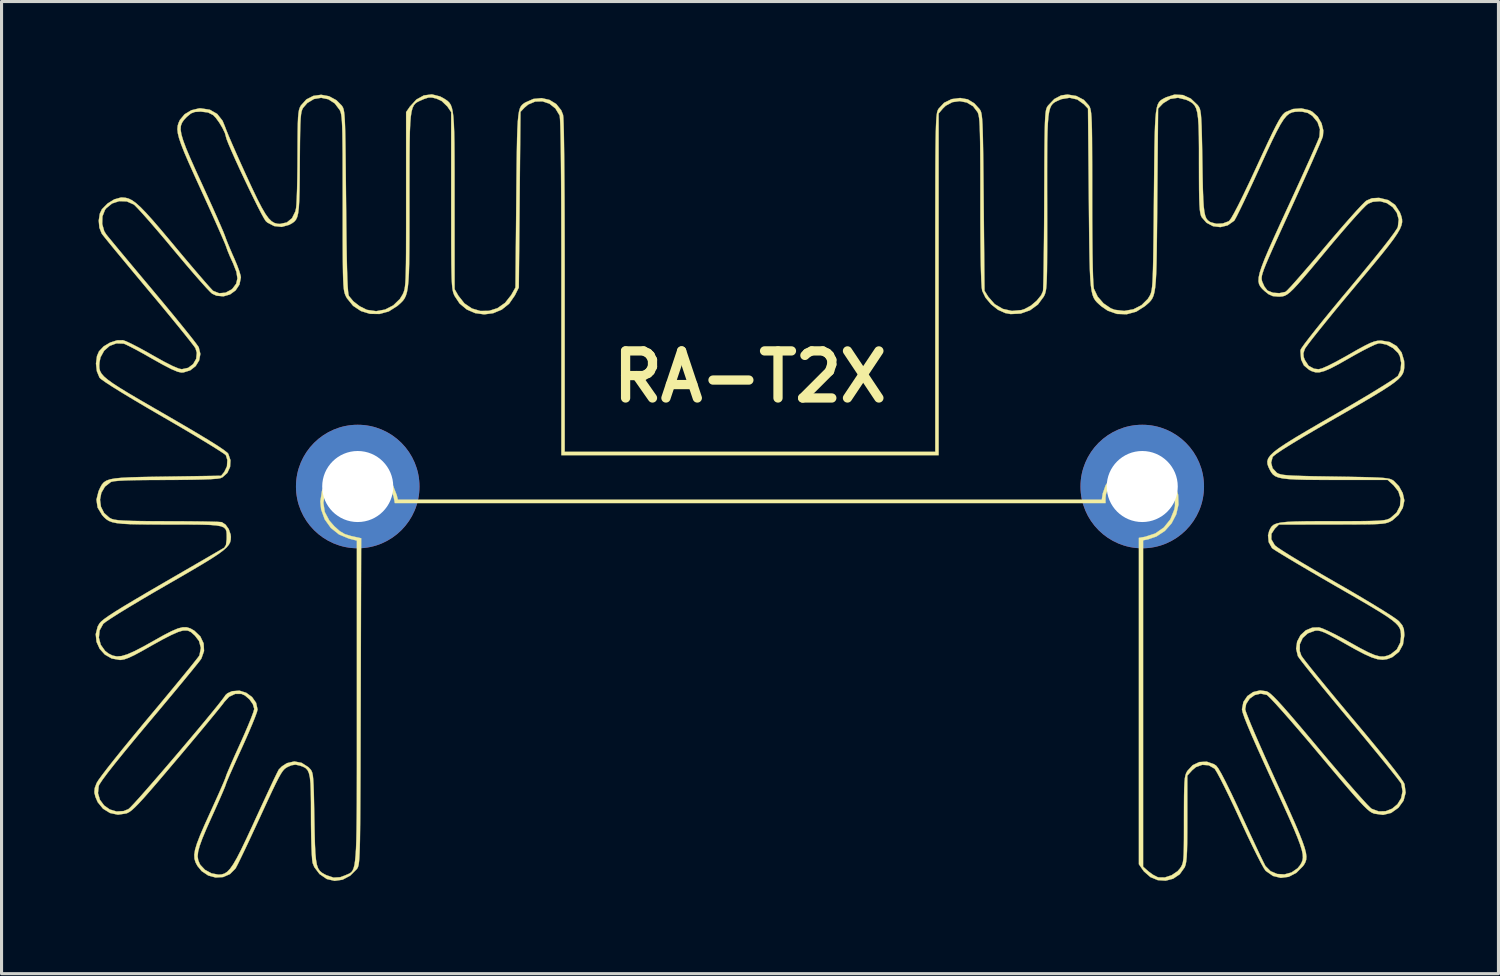
<source format=kicad_pcb>
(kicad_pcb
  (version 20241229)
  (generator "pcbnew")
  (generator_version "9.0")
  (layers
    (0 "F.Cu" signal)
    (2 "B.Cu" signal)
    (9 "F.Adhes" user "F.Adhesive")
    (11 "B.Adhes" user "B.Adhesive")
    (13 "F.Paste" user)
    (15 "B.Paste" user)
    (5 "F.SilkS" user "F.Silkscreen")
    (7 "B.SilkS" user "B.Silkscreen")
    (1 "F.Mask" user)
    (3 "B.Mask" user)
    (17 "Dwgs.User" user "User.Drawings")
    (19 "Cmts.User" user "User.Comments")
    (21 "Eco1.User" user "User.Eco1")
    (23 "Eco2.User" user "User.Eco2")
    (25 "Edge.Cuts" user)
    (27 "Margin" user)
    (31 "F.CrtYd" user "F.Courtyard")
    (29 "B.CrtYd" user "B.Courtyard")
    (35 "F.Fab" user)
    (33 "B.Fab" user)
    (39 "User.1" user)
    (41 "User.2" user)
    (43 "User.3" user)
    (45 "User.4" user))
  (footprint "RA-T2X"
    (layer "F.Cu")
    (at 21.232 12.702)
    (property "Reference" "RA-T2X" (at 0 -3.556 0) (layer "F.SilkS") (effects (font (size 1.524 1.524) (thickness 0.3))))
    (attr through_hole)
    (fp_poly (pts (xy -10.033 -12.629) (xy -9.93 -12.574) (xy -9.853 -12.527) (xy -9.788 -12.481) (xy -9.734 -12.428) (xy -9.689 -12.359) (xy -9.653 -12.264) (xy -9.625 -12.137) (xy -9.603 -11.967) (xy -9.588 -11.747) (xy -9.577 -11.467) (xy -9.57 -11.12) (xy -9.567 -10.695) (xy -9.565 -10.186) (xy -9.565 -9.582) (xy -9.565 -9.243) (xy -9.564 -6.39) (xy -9.442 -6.178) (xy -9.246 -5.929) (xy -9.002 -5.764) (xy -8.73 -5.684) (xy -8.448 -5.688) (xy -8.175 -5.775) (xy -7.93 -5.946) (xy -7.731 -6.199) (xy -7.728 -6.205) (xy -7.593 -6.444) (xy -7.566 -9.278) (xy -7.56 -9.918) (xy -7.554 -10.459) (xy -7.547 -10.911) (xy -7.54 -11.283) (xy -7.53 -11.582) (xy -7.517 -11.818) (xy -7.5 -12) (xy -7.479 -12.136) (xy -7.453 -12.234) (xy -7.42 -12.305) (xy -7.38 -12.355) (xy -7.333 -12.395) (xy -7.276 -12.433) (xy -7.273 -12.434) (xy -7.013 -12.549) (xy -6.745 -12.575) (xy -6.491 -12.517) (xy -6.273 -12.384) (xy -6.112 -12.182) (xy -6.053 -12.035) (xy -6.043 -11.947) (xy -6.035 -11.757) (xy -6.027 -11.466) (xy -6.021 -11.078) (xy -6.015 -10.597) (xy -6.01 -10.026) (xy -6.005 -9.369) (xy -6.002 -8.628) (xy -6 -7.808) (xy -5.999 -6.911) (xy -5.999 -6.484) (xy -5.999 -1.123) (xy 5.999 -1.123) (xy 5.999 -6.591) (xy 5.999 -7.475) (xy 5.999 -8.26) (xy 6 -8.95) (xy 6.001 -9.551) (xy 6.002 -10.071) (xy 6.004 -10.516) (xy 6.007 -10.891) (xy 6.011 -11.204) (xy 6.016 -11.46) (xy 6.022 -11.666) (xy 6.029 -11.828) (xy 6.037 -11.952) (xy 6.047 -12.044) (xy 6.058 -12.112) (xy 6.072 -12.161) (xy 6.087 -12.198) (xy 6.104 -12.228) (xy 6.105 -12.23) (xy 6.284 -12.423) (xy 6.53 -12.543) (xy 6.804 -12.579) (xy 7.049 -12.536) (xy 7.261 -12.408) (xy 7.428 -12.225) (xy 7.452 -12.19) (xy 7.473 -12.148) (xy 7.49 -12.092) (xy 7.504 -12.011) (xy 7.516 -11.897) (xy 7.526 -11.741) (xy 7.534 -11.535) (xy 7.541 -11.269) (xy 7.547 -10.934) (xy 7.553 -10.523) (xy 7.558 -10.025) (xy 7.564 -9.432) (xy 7.566 -9.207) (xy 7.593 -6.337) (xy 7.717 -6.139) (xy 7.923 -5.905) (xy 8.186 -5.751) (xy 8.481 -5.685) (xy 8.788 -5.713) (xy 8.888 -5.745) (xy 9.093 -5.855) (xy 9.282 -6.015) (xy 9.426 -6.192) (xy 9.486 -6.324) (xy 9.492 -6.399) (xy 9.498 -6.571) (xy 9.504 -6.829) (xy 9.509 -7.163) (xy 9.514 -7.562) (xy 9.519 -8.017) (xy 9.523 -8.517) (xy 9.526 -9.052) (xy 9.527 -9.314) (xy 9.53 -9.941) (xy 9.532 -10.47) (xy 9.535 -10.91) (xy 9.539 -11.269) (xy 9.544 -11.558) (xy 9.55 -11.783) (xy 9.559 -11.955) (xy 9.569 -12.082) (xy 9.582 -12.173) (xy 9.598 -12.236) (xy 9.617 -12.282) (xy 9.64 -12.318) (xy 9.65 -12.332) (xy 9.853 -12.546) (xy 10.073 -12.662) (xy 10.28 -12.691) (xy 10.566 -12.645) (xy 10.809 -12.518) (xy 10.973 -12.336) (xy 10.996 -12.295) (xy 11.016 -12.245) (xy 11.032 -12.179) (xy 11.045 -12.088) (xy 11.056 -11.962) (xy 11.064 -11.791) (xy 11.07 -11.568) (xy 11.074 -11.283) (xy 11.076 -10.927) (xy 11.078 -10.49) (xy 11.079 -9.965) (xy 11.079 -9.385) (xy 11.08 -8.681) (xy 11.084 -8.065) (xy 11.089 -7.541) (xy 11.097 -7.11) (xy 11.107 -6.777) (xy 11.119 -6.543) (xy 11.133 -6.414) (xy 11.137 -6.4) (xy 11.255 -6.15) (xy 11.446 -5.93) (xy 11.68 -5.771) (xy 11.806 -5.722) (xy 12.115 -5.685) (xy 12.413 -5.738) (xy 12.677 -5.872) (xy 12.882 -6.076) (xy 12.948 -6.185) (xy 12.971 -6.235) (xy 12.99 -6.294) (xy 13.006 -6.372) (xy 13.02 -6.476) (xy 13.031 -6.617) (xy 13.04 -6.802) (xy 13.048 -7.042) (xy 13.055 -7.345) (xy 13.061 -7.719) (xy 13.067 -8.175) (xy 13.073 -8.72) (xy 13.078 -9.307) (xy 13.084 -9.961) (xy 13.09 -10.516) (xy 13.096 -10.981) (xy 13.104 -11.365) (xy 13.114 -11.677) (xy 13.128 -11.924) (xy 13.146 -12.115) (xy 13.17 -12.259) (xy 13.201 -12.365) (xy 13.24 -12.44) (xy 13.287 -12.494) (xy 13.344 -12.534) (xy 13.411 -12.571) (xy 13.471 -12.601) (xy 13.748 -12.69) (xy 14.019 -12.675) (xy 14.272 -12.56) (xy 14.495 -12.348) (xy 14.507 -12.332) (xy 14.538 -12.286) (xy 14.564 -12.23) (xy 14.583 -12.154) (xy 14.599 -12.044) (xy 14.611 -11.889) (xy 14.621 -11.677) (xy 14.629 -11.396) (xy 14.637 -11.033) (xy 14.645 -10.576) (xy 14.646 -10.517) (xy 14.654 -10.024) (xy 14.663 -9.627) (xy 14.675 -9.314) (xy 14.69 -9.074) (xy 14.711 -8.897) (xy 14.738 -8.769) (xy 14.774 -8.681) (xy 14.82 -8.621) (xy 14.877 -8.578) (xy 14.913 -8.557) (xy 15.099 -8.507) (xy 15.309 -8.518) (xy 15.49 -8.584) (xy 15.518 -8.604) (xy 15.578 -8.684) (xy 15.676 -8.856) (xy 15.811 -9.114) (xy 15.977 -9.451) (xy 16.173 -9.861) (xy 16.395 -10.338) (xy 16.402 -10.354) (xy 16.611 -10.807) (xy 16.782 -11.173) (xy 16.92 -11.461) (xy 17.031 -11.682) (xy 17.12 -11.846) (xy 17.192 -11.964) (xy 17.254 -12.045) (xy 17.31 -12.099) (xy 17.342 -12.123) (xy 17.582 -12.223) (xy 17.853 -12.243) (xy 18.114 -12.182) (xy 18.203 -12.137) (xy 18.38 -11.977) (xy 18.505 -11.761) (xy 18.563 -11.525) (xy 18.549 -11.344) (xy 18.517 -11.255) (xy 18.444 -11.08) (xy 18.336 -10.83) (xy 18.198 -10.515) (xy 18.034 -10.147) (xy 17.849 -9.737) (xy 17.649 -9.295) (xy 17.511 -8.992) (xy 17.275 -8.477) (xy 17.081 -8.05) (xy 16.924 -7.703) (xy 16.801 -7.424) (xy 16.708 -7.207) (xy 16.641 -7.04) (xy 16.598 -6.914) (xy 16.573 -6.822) (xy 16.565 -6.752) (xy 16.568 -6.697) (xy 16.58 -6.646) (xy 16.586 -6.628) (xy 16.656 -6.472) (xy 16.749 -6.353) (xy 16.767 -6.339) (xy 16.934 -6.274) (xy 17.139 -6.26) (xy 17.324 -6.299) (xy 17.348 -6.31) (xy 17.405 -6.363) (xy 17.523 -6.488) (xy 17.691 -6.676) (xy 17.902 -6.917) (xy 18.146 -7.2) (xy 18.415 -7.516) (xy 18.618 -7.757) (xy 18.903 -8.093) (xy 19.173 -8.407) (xy 19.418 -8.686) (xy 19.63 -8.923) (xy 19.799 -9.104) (xy 19.915 -9.22) (xy 19.959 -9.257) (xy 20.136 -9.333) (xy 20.347 -9.345) (xy 20.381 -9.343) (xy 20.667 -9.273) (xy 20.887 -9.118) (xy 21.04 -8.879) (xy 21.053 -8.847) (xy 21.089 -8.748) (xy 21.111 -8.655) (xy 21.114 -8.561) (xy 21.092 -8.457) (xy 21.042 -8.335) (xy 20.956 -8.187) (xy 20.832 -8.005) (xy 20.662 -7.78) (xy 20.443 -7.505) (xy 20.168 -7.17) (xy 19.833 -6.768) (xy 19.528 -6.403) (xy 19.21 -6.023) (xy 18.912 -5.662) (xy 18.642 -5.33) (xy 18.406 -5.037) (xy 18.212 -4.793) (xy 18.069 -4.606) (xy 17.982 -4.486) (xy 17.962 -4.452) (xy 17.917 -4.314) (xy 17.927 -4.194) (xy 17.964 -4.095) (xy 18.086 -3.909) (xy 18.262 -3.814) (xy 18.412 -3.797) (xy 18.522 -3.825) (xy 18.711 -3.907) (xy 18.968 -4.037) (xy 19.282 -4.21) (xy 19.372 -4.261) (xy 19.676 -4.435) (xy 19.905 -4.559) (xy 20.077 -4.643) (xy 20.209 -4.694) (xy 20.319 -4.719) (xy 20.424 -4.726) (xy 20.432 -4.726) (xy 20.712 -4.679) (xy 20.938 -4.546) (xy 21.097 -4.34) (xy 21.177 -4.072) (xy 21.184 -3.952) (xy 21.182 -3.845) (xy 21.169 -3.75) (xy 21.138 -3.66) (xy 21.08 -3.57) (xy 20.988 -3.473) (xy 20.855 -3.363) (xy 20.671 -3.234) (xy 20.43 -3.08) (xy 20.124 -2.894) (xy 19.744 -2.671) (xy 19.283 -2.404) (xy 18.969 -2.224) (xy 18.394 -1.891) (xy 17.914 -1.609) (xy 17.529 -1.376) (xy 17.238 -1.193) (xy 17.04 -1.059) (xy 16.936 -0.975) (xy 16.921 -0.956) (xy 16.872 -0.772) (xy 16.92 -0.592) (xy 17.057 -0.445) (xy 17.062 -0.442) (xy 17.113 -0.415) (xy 17.182 -0.394) (xy 17.281 -0.376) (xy 17.423 -0.362) (xy 17.619 -0.351) (xy 17.881 -0.342) (xy 18.22 -0.333) (xy 18.649 -0.326) (xy 18.949 -0.321) (xy 19.43 -0.313) (xy 19.816 -0.306) (xy 20.117 -0.298) (xy 20.346 -0.289) (xy 20.515 -0.278) (xy 20.636 -0.263) (xy 20.72 -0.245) (xy 20.781 -0.222) (xy 20.829 -0.193) (xy 20.843 -0.183) (xy 21.011 -0.01) (xy 21.133 0.213) (xy 21.184 0.44) (xy 21.185 0.455) (xy 21.135 0.691) (xy 21.002 0.914) (xy 20.806 1.089) (xy 20.774 1.109) (xy 20.712 1.142) (xy 20.649 1.168) (xy 20.571 1.189) (xy 20.467 1.204) (xy 20.323 1.214) (xy 20.128 1.222) (xy 19.868 1.226) (xy 19.532 1.228) (xy 19.107 1.229) (xy 18.845 1.229) (xy 17.127 1.23) (xy 16.994 1.361) (xy 16.883 1.53) (xy 16.879 1.707) (xy 16.983 1.888) (xy 17.01 1.918) (xy 17.089 1.978) (xy 17.251 2.085) (xy 17.484 2.232) (xy 17.778 2.411) (xy 18.121 2.615) (xy 18.503 2.839) (xy 18.911 3.075) (xy 18.996 3.124) (xy 19.44 3.38) (xy 19.848 3.62) (xy 20.211 3.838) (xy 20.519 4.027) (xy 20.762 4.182) (xy 20.93 4.296) (xy 21.009 4.36) (xy 21.118 4.491) (xy 21.17 4.617) (xy 21.185 4.789) (xy 21.185 4.819) (xy 21.141 5.116) (xy 21.013 5.351) (xy 20.804 5.519) (xy 20.771 5.535) (xy 20.628 5.589) (xy 20.483 5.609) (xy 20.323 5.592) (xy 20.13 5.532) (xy 19.89 5.424) (xy 19.587 5.265) (xy 19.307 5.108) (xy 19.005 4.936) (xy 18.779 4.813) (xy 18.614 4.732) (xy 18.493 4.685) (xy 18.4 4.665) (xy 18.319 4.665) (xy 18.287 4.67) (xy 18.06 4.753) (xy 17.894 4.905) (xy 17.803 5.103) (xy 17.799 5.325) (xy 17.85 5.474) (xy 17.901 5.548) (xy 18.014 5.696) (xy 18.182 5.908) (xy 18.398 6.174) (xy 18.654 6.486) (xy 18.942 6.835) (xy 19.256 7.212) (xy 19.531 7.54) (xy 19.954 8.045) (xy 20.318 8.486) (xy 20.623 8.861) (xy 20.865 9.168) (xy 21.042 9.402) (xy 21.152 9.561) (xy 21.191 9.633) (xy 21.228 9.912) (xy 21.159 10.172) (xy 20.994 10.399) (xy 20.758 10.567) (xy 20.497 10.631) (xy 20.214 10.591) (xy 20.189 10.582) (xy 20.129 10.556) (xy 20.061 10.511) (xy 19.977 10.441) (xy 19.87 10.337) (xy 19.735 10.194) (xy 19.565 10.004) (xy 19.352 9.758) (xy 19.09 9.451) (xy 18.773 9.075) (xy 18.427 8.663) (xy 18.091 8.263) (xy 17.775 7.893) (xy 17.488 7.561) (xy 17.236 7.274) (xy 17.026 7.041) (xy 16.865 6.87) (xy 16.762 6.769) (xy 16.731 6.745) (xy 16.535 6.705) (xy 16.342 6.751) (xy 16.177 6.868) (xy 16.065 7.038) (xy 16.033 7.207) (xy 16.054 7.287) (xy 16.117 7.453) (xy 16.215 7.695) (xy 16.345 8.002) (xy 16.502 8.363) (xy 16.681 8.768) (xy 16.878 9.206) (xy 17.021 9.522) (xy 17.274 10.075) (xy 17.484 10.541) (xy 17.654 10.926) (xy 17.788 11.242) (xy 17.888 11.497) (xy 17.958 11.699) (xy 17.999 11.858) (xy 18.015 11.982) (xy 18.008 12.082) (xy 17.982 12.164) (xy 17.94 12.24) (xy 17.906 12.288) (xy 17.688 12.508) (xy 17.442 12.636) (xy 17.185 12.67) (xy 16.933 12.608) (xy 16.702 12.447) (xy 16.696 12.442) (xy 16.639 12.359) (xy 16.545 12.191) (xy 16.421 11.95) (xy 16.272 11.65) (xy 16.105 11.302) (xy 15.927 10.919) (xy 15.863 10.779) (xy 15.686 10.395) (xy 15.517 10.04) (xy 15.363 9.725) (xy 15.231 9.464) (xy 15.126 9.269) (xy 15.056 9.154) (xy 15.039 9.133) (xy 14.852 9.025) (xy 14.642 9.01) (xy 14.438 9.084) (xy 14.316 9.186) (xy 14.159 9.36) (xy 14.159 10.754) (xy 14.158 11.192) (xy 14.155 11.536) (xy 14.149 11.799) (xy 14.139 11.996) (xy 14.124 12.139) (xy 14.104 12.242) (xy 14.078 12.318) (xy 14.071 12.332) (xy 13.913 12.554) (xy 13.701 12.697) (xy 13.458 12.761) (xy 13.205 12.744) (xy 12.964 12.645) (xy 12.757 12.463) (xy 12.714 12.406) (xy 12.592 12.23) (xy 12.592 1.663) (xy 12.795 1.627) (xy 13.124 1.519) (xy 13.4 1.326) (xy 13.61 1.063) (xy 13.738 0.746) (xy 13.76 0.631) (xy 13.756 0.306) (xy 13.66 0.011) (xy 13.488 -0.242) (xy 13.255 -0.44) (xy 12.976 -0.571) (xy 12.666 -0.623) (xy 12.341 -0.584) (xy 12.282 -0.566) (xy 12.021 -0.436) (xy 11.794 -0.242) (xy 11.622 -0.007) (xy 11.525 0.243) (xy 11.511 0.372) (xy 11.511 0.535) (xy -11.499 0.535) (xy -11.536 0.334) (xy -11.647 0.012) (xy -11.844 -0.263) (xy -12.109 -0.472) (xy -12.424 -0.599) (xy -12.513 -0.617) (xy -12.827 -0.616) (xy -13.13 -0.521) (xy -13.399 -0.347) (xy -13.614 -0.108) (xy -13.755 0.184) (xy -13.759 0.197) (xy -13.813 0.526) (xy -13.768 0.823) (xy -13.62 1.101) (xy -13.457 1.288) (xy -13.281 1.445) (xy -13.117 1.541) (xy -12.919 1.602) (xy -12.896 1.607) (xy -12.589 1.675) (xy -12.604 6.956) (xy -12.607 7.825) (xy -12.609 8.592) (xy -12.611 9.266) (xy -12.614 9.851) (xy -12.617 10.356) (xy -12.62 10.785) (xy -12.624 11.146) (xy -12.628 11.444) (xy -12.634 11.686) (xy -12.641 11.88) (xy -12.648 12.03) (xy -12.658 12.143) (xy -12.668 12.226) (xy -12.681 12.285) (xy -12.695 12.327) (xy -12.711 12.358) (xy -12.729 12.383) (xy -12.73 12.385) (xy -12.944 12.599) (xy -13.19 12.729) (xy -13.448 12.767) (xy -13.699 12.708) (xy -13.7 12.708) (xy -13.936 12.547) (xy -14.106 12.322) (xy -14.16 12.188) (xy -14.175 12.084) (xy -14.188 11.891) (xy -14.199 11.625) (xy -14.207 11.304) (xy -14.212 10.944) (xy -14.213 10.68) (xy -14.214 10.235) (xy -14.219 9.885) (xy -14.229 9.617) (xy -14.249 9.418) (xy -14.281 9.277) (xy -14.326 9.18) (xy -14.389 9.115) (xy -14.472 9.071) (xy -14.569 9.036) (xy -14.715 9.004) (xy -14.846 9.025) (xy -14.957 9.073) (xy -15.015 9.104) (xy -15.069 9.145) (xy -15.123 9.205) (xy -15.185 9.297) (xy -15.26 9.429) (xy -15.354 9.614) (xy -15.473 9.861) (xy -15.623 10.182) (xy -15.81 10.587) (xy -15.861 10.699) (xy -16.039 11.082) (xy -16.205 11.439) (xy -16.355 11.757) (xy -16.483 12.023) (xy -16.581 12.223) (xy -16.644 12.344) (xy -16.659 12.369) (xy -16.837 12.548) (xy -17.058 12.644) (xy -17.3 12.659) (xy -17.539 12.594) (xy -17.754 12.45) (xy -17.89 12.283) (xy -17.951 12.168) (xy -17.986 12.051) (xy -17.992 11.919) (xy -17.966 11.757) (xy -17.904 11.553) (xy -17.804 11.293) (xy -17.662 10.964) (xy -17.482 10.566) (xy -17.336 10.244) (xy -17.205 9.953) (xy -17.098 9.709) (xy -17.019 9.525) (xy -16.976 9.416) (xy -16.969 9.394) (xy -16.948 9.33) (xy -16.888 9.186) (xy -16.797 8.974) (xy -16.681 8.711) (xy -16.546 8.413) (xy -16.51 8.333) (xy -16.371 8.022) (xy -16.249 7.737) (xy -16.15 7.495) (xy -16.082 7.313) (xy -16.052 7.208) (xy -16.051 7.196) (xy -16.095 7.046) (xy -16.206 6.889) (xy -16.352 6.764) (xy -16.464 6.714) (xy -16.669 6.714) (xy -16.864 6.806) (xy -17.017 6.971) (xy -17.074 7.048) (xy -17.193 7.197) (xy -17.365 7.408) (xy -17.582 7.672) (xy -17.837 7.98) (xy -18.122 8.32) (xy -18.428 8.684) (xy -18.546 8.823) (xy -18.904 9.246) (xy -19.2 9.594) (xy -19.443 9.875) (xy -19.638 10.096) (xy -19.793 10.264) (xy -19.916 10.388) (xy -20.012 10.476) (xy -20.09 10.534) (xy -20.157 10.57) (xy -20.193 10.584) (xy -20.462 10.625) (xy -20.72 10.57) (xy -20.946 10.431) (xy -21.119 10.219) (xy -21.194 10.044) (xy -21.22 9.928) (xy -21.11 9.928) (xy -21.046 10.144) (xy -20.912 10.325) (xy -20.727 10.456) (xy -20.509 10.521) (xy -20.278 10.507) (xy -20.123 10.444) (xy -20.061 10.387) (xy -19.939 10.259) (xy -19.766 10.068) (xy -19.552 9.826) (xy -19.306 9.544) (xy -19.035 9.231) (xy -18.75 8.899) (xy -18.458 8.557) (xy -18.17 8.216) (xy -17.894 7.888) (xy -17.638 7.581) (xy -17.413 7.308) (xy -17.226 7.077) (xy -17.087 6.9) (xy -17.004 6.788) (xy -16.986 6.757) (xy -16.92 6.696) (xy -16.792 6.637) (xy -16.759 6.626) (xy -16.53 6.609) (xy -16.31 6.678) (xy -16.122 6.815) (xy -15.991 7.002) (xy -15.943 7.219) (xy -15.965 7.305) (xy -16.026 7.472) (xy -16.12 7.704) (xy -16.24 7.987) (xy -16.38 8.303) (xy -16.456 8.471) (xy -16.603 8.793) (xy -16.733 9.083) (xy -16.841 9.326) (xy -16.92 9.51) (xy -16.963 9.618) (xy -16.969 9.64) (xy -16.991 9.702) (xy -17.05 9.846) (xy -17.141 10.057) (xy -17.257 10.32) (xy -17.391 10.618) (xy -17.429 10.701) (xy -17.603 11.09) (xy -17.732 11.398) (xy -17.819 11.638) (xy -17.868 11.825) (xy -17.883 11.973) (xy -17.865 12.096) (xy -17.819 12.208) (xy -17.796 12.25) (xy -17.645 12.41) (xy -17.434 12.524) (xy -17.209 12.566) (xy -17.107 12.559) (xy -17.014 12.531) (xy -16.924 12.473) (xy -16.832 12.375) (xy -16.73 12.229) (xy -16.612 12.025) (xy -16.473 11.754) (xy -16.306 11.406) (xy -16.105 10.973) (xy -16.022 10.791) (xy -15.847 10.411) (xy -15.684 10.059) (xy -15.539 9.747) (xy -15.417 9.488) (xy -15.324 9.296) (xy -15.267 9.183) (xy -15.255 9.162) (xy -15.156 9.062) (xy -15.011 8.968) (xy -14.986 8.955) (xy -14.753 8.901) (xy -14.517 8.946) (xy -14.301 9.084) (xy -14.264 9.121) (xy -14.225 9.163) (xy -14.195 9.209) (xy -14.171 9.271) (xy -14.153 9.361) (xy -14.14 9.492) (xy -14.13 9.678) (xy -14.121 9.931) (xy -14.114 10.264) (xy -14.106 10.689) (xy -14.105 10.739) (xy -14.096 11.206) (xy -14.086 11.578) (xy -14.072 11.868) (xy -14.051 12.087) (xy -14.022 12.249) (xy -13.981 12.364) (xy -13.926 12.447) (xy -13.854 12.508) (xy -13.762 12.561) (xy -13.711 12.586) (xy -13.483 12.662) (xy -13.266 12.649) (xy -13.098 12.586) (xy -13.038 12.56) (xy -12.984 12.537) (xy -12.938 12.511) (xy -12.897 12.476) (xy -12.862 12.425) (xy -12.832 12.352) (xy -12.806 12.252) (xy -12.786 12.117) (xy -12.769 11.942) (xy -12.755 11.719) (xy -12.745 11.444) (xy -12.738 11.109) (xy -12.733 10.709) (xy -12.729 10.237) (xy -12.728 9.687) (xy -12.727 9.052) (xy -12.727 8.327) (xy -12.727 7.505) (xy -12.727 6.958) (xy -12.727 1.75) (xy -12.986 1.685) (xy -13.305 1.552) (xy -13.571 1.339) (xy -13.769 1.062) (xy -13.885 0.741) (xy -13.91 0.484) (xy -13.858 0.144) (xy -13.723 -0.149) (xy -13.521 -0.389) (xy -13.267 -0.568) (xy -12.978 -0.682) (xy -12.67 -0.724) (xy -12.359 -0.687) (xy -12.06 -0.566) (xy -11.789 -0.355) (xy -11.774 -0.339) (xy -11.565 -0.048) (xy -11.437 0.281) (xy -11.401 0.428) (xy 11.389 0.428) (xy 11.422 0.223) (xy 11.516 -0.043) (xy 11.695 -0.292) (xy 11.937 -0.503) (xy 12.22 -0.657) (xy 12.464 -0.725) (xy 12.777 -0.724) (xy 13.093 -0.633) (xy 13.385 -0.468) (xy 13.628 -0.242) (xy 13.755 -0.052) (xy 13.861 0.261) (xy 13.873 0.584) (xy 13.8 0.9) (xy 13.65 1.19) (xy 13.433 1.436) (xy 13.157 1.618) (xy 12.889 1.709) (xy 12.727 1.742) (xy 12.727 12.308) (xy 12.902 12.463) (xy 13.048 12.57) (xy 13.192 12.644) (xy 13.223 12.654) (xy 13.432 12.657) (xy 13.653 12.584) (xy 13.846 12.453) (xy 13.928 12.358) (xy 13.965 12.3) (xy 13.994 12.239) (xy 14.016 12.163) (xy 14.031 12.056) (xy 14.041 11.907) (xy 14.047 11.7) (xy 14.05 11.423) (xy 14.051 11.061) (xy 14.051 10.78) (xy 14.052 10.355) (xy 14.054 10.023) (xy 14.059 9.77) (xy 14.067 9.584) (xy 14.079 9.449) (xy 14.097 9.353) (xy 14.121 9.281) (xy 14.153 9.221) (xy 14.161 9.208) (xy 14.331 9.023) (xy 14.548 8.921) (xy 14.787 8.908) (xy 15.019 8.988) (xy 15.095 9.039) (xy 15.161 9.124) (xy 15.266 9.304) (xy 15.407 9.576) (xy 15.584 9.937) (xy 15.794 10.383) (xy 15.918 10.653) (xy 16.093 11.033) (xy 16.257 11.386) (xy 16.403 11.699) (xy 16.526 11.959) (xy 16.62 12.153) (xy 16.678 12.267) (xy 16.69 12.288) (xy 16.855 12.454) (xy 17.068 12.544) (xy 17.303 12.558) (xy 17.532 12.496) (xy 17.729 12.36) (xy 17.808 12.263) (xy 17.854 12.186) (xy 17.886 12.107) (xy 17.901 12.017) (xy 17.895 11.907) (xy 17.866 11.768) (xy 17.811 11.591) (xy 17.727 11.366) (xy 17.611 11.085) (xy 17.459 10.738) (xy 17.269 10.317) (xy 17.038 9.812) (xy 16.915 9.545) (xy 16.647 8.958) (xy 16.424 8.463) (xy 16.244 8.055) (xy 16.107 7.731) (xy 16.01 7.487) (xy 15.952 7.317) (xy 15.93 7.217) (xy 15.929 7.211) (xy 15.975 6.976) (xy 16.103 6.785) (xy 16.289 6.655) (xy 16.513 6.601) (xy 16.725 6.63) (xy 16.783 6.659) (xy 16.859 6.716) (xy 16.959 6.809) (xy 17.09 6.944) (xy 17.257 7.128) (xy 17.468 7.368) (xy 17.727 7.67) (xy 18.042 8.042) (xy 18.418 8.49) (xy 18.436 8.512) (xy 18.759 8.896) (xy 19.066 9.257) (xy 19.349 9.585) (xy 19.601 9.873) (xy 19.814 10.111) (xy 19.978 10.29) (xy 20.088 10.401) (xy 20.126 10.433) (xy 20.356 10.518) (xy 20.583 10.512) (xy 20.791 10.43) (xy 20.963 10.286) (xy 21.081 10.094) (xy 21.128 9.87) (xy 21.087 9.629) (xy 21.082 9.615) (xy 21.038 9.55) (xy 20.932 9.411) (xy 20.771 9.208) (xy 20.562 8.948) (xy 20.312 8.642) (xy 20.028 8.297) (xy 19.718 7.922) (xy 19.42 7.566) (xy 19.09 7.171) (xy 18.78 6.796) (xy 18.497 6.452) (xy 18.248 6.146) (xy 18.041 5.888) (xy 17.882 5.687) (xy 17.779 5.55) (xy 17.739 5.491) (xy 17.682 5.251) (xy 17.715 5.019) (xy 17.823 4.814) (xy 17.993 4.657) (xy 18.208 4.568) (xy 18.424 4.561) (xy 18.535 4.596) (xy 18.718 4.677) (xy 18.954 4.793) (xy 19.223 4.936) (xy 19.424 5.048) (xy 19.762 5.237) (xy 20.026 5.372) (xy 20.231 5.459) (xy 20.394 5.501) (xy 20.53 5.504) (xy 20.656 5.471) (xy 20.747 5.43) (xy 20.942 5.275) (xy 21.052 5.056) (xy 21.077 4.865) (xy 21.075 4.764) (xy 21.065 4.674) (xy 21.038 4.591) (xy 20.986 4.507) (xy 20.901 4.417) (xy 20.776 4.315) (xy 20.603 4.193) (xy 20.372 4.046) (xy 20.077 3.868) (xy 19.709 3.652) (xy 19.26 3.393) (xy 18.952 3.216) (xy 18.529 2.971) (xy 18.134 2.741) (xy 17.775 2.53) (xy 17.465 2.345) (xy 17.212 2.192) (xy 17.027 2.078) (xy 16.92 2.007) (xy 16.9 1.991) (xy 16.794 1.8) (xy 16.773 1.579) (xy 16.809 1.44) (xy 16.848 1.357) (xy 16.894 1.289) (xy 16.96 1.236) (xy 17.056 1.196) (xy 17.194 1.166) (xy 17.384 1.146) (xy 17.639 1.133) (xy 17.968 1.126) (xy 18.383 1.123) (xy 18.872 1.123) (xy 19.347 1.122) (xy 19.726 1.121) (xy 20.022 1.117) (xy 20.246 1.111) (xy 20.412 1.102) (xy 20.532 1.089) (xy 20.617 1.071) (xy 20.681 1.048) (xy 20.736 1.018) (xy 20.736 1.018) (xy 20.935 0.844) (xy 21.045 0.627) (xy 21.065 0.39) (xy 20.993 0.157) (xy 20.838 -0.04) (xy 20.646 -0.214) (xy 18.968 -0.214) (xy 18.453 -0.215) (xy 18.035 -0.218) (xy 17.702 -0.227) (xy 17.444 -0.241) (xy 17.249 -0.263) (xy 17.106 -0.294) (xy 17.003 -0.337) (xy 16.93 -0.392) (xy 16.875 -0.462) (xy 16.838 -0.528) (xy 16.786 -0.633) (xy 16.754 -0.727) (xy 16.749 -0.816) (xy 16.776 -0.906) (xy 16.843 -1.003) (xy 16.957 -1.113) (xy 17.124 -1.241) (xy 17.353 -1.394) (xy 17.648 -1.578) (xy 18.018 -1.798) (xy 18.469 -2.061) (xy 18.911 -2.315) (xy 19.345 -2.568) (xy 19.749 -2.806) (xy 20.113 -3.023) (xy 20.426 -3.215) (xy 20.679 -3.374) (xy 20.862 -3.494) (xy 20.965 -3.57) (xy 20.981 -3.586) (xy 21.065 -3.776) (xy 21.084 -4.004) (xy 21.04 -4.221) (xy 20.985 -4.323) (xy 20.819 -4.483) (xy 20.613 -4.594) (xy 20.405 -4.637) (xy 20.345 -4.633) (xy 20.244 -4.599) (xy 20.071 -4.518) (xy 19.843 -4.402) (xy 19.582 -4.26) (xy 19.388 -4.149) (xy 19.055 -3.96) (xy 18.796 -3.825) (xy 18.596 -3.739) (xy 18.439 -3.698) (xy 18.309 -3.698) (xy 18.19 -3.734) (xy 18.103 -3.779) (xy 17.934 -3.921) (xy 17.843 -4.113) (xy 17.823 -4.372) (xy 17.825 -4.421) (xy 17.861 -4.486) (xy 17.96 -4.625) (xy 18.115 -4.828) (xy 18.321 -5.089) (xy 18.569 -5.398) (xy 18.855 -5.748) (xy 19.171 -6.13) (xy 19.374 -6.372) (xy 19.799 -6.883) (xy 20.162 -7.324) (xy 20.46 -7.694) (xy 20.692 -7.991) (xy 20.857 -8.213) (xy 20.953 -8.358) (xy 20.976 -8.407) (xy 21.003 -8.648) (xy 20.941 -8.866) (xy 20.808 -9.046) (xy 20.622 -9.175) (xy 20.402 -9.237) (xy 20.166 -9.219) (xy 20.013 -9.157) (xy 19.937 -9.094) (xy 19.803 -8.958) (xy 19.621 -8.76) (xy 19.4 -8.512) (xy 19.151 -8.224) (xy 18.882 -7.908) (xy 18.753 -7.754) (xy 18.416 -7.348) (xy 18.139 -7.017) (xy 17.915 -6.753) (xy 17.736 -6.549) (xy 17.595 -6.398) (xy 17.482 -6.29) (xy 17.391 -6.219) (xy 17.313 -6.177) (xy 17.241 -6.157) (xy 17.166 -6.15) (xy 17.103 -6.149) (xy 16.927 -6.165) (xy 16.788 -6.227) (xy 16.663 -6.328) (xy 16.584 -6.402) (xy 16.523 -6.474) (xy 16.482 -6.553) (xy 16.463 -6.648) (xy 16.469 -6.767) (xy 16.502 -6.92) (xy 16.566 -7.116) (xy 16.661 -7.364) (xy 16.792 -7.673) (xy 16.961 -8.052) (xy 17.169 -8.51) (xy 17.42 -9.056) (xy 17.424 -9.064) (xy 17.63 -9.512) (xy 17.823 -9.935) (xy 17.998 -10.322) (xy 18.151 -10.662) (xy 18.276 -10.945) (xy 18.369 -11.158) (xy 18.424 -11.291) (xy 18.437 -11.326) (xy 18.454 -11.565) (xy 18.375 -11.799) (xy 18.209 -11.999) (xy 18.205 -12.003) (xy 18.058 -12.096) (xy 17.887 -12.135) (xy 17.777 -12.139) (xy 17.66 -12.134) (xy 17.558 -12.116) (xy 17.464 -12.075) (xy 17.373 -12) (xy 17.278 -11.885) (xy 17.172 -11.718) (xy 17.05 -11.492) (xy 16.904 -11.197) (xy 16.729 -10.824) (xy 16.519 -10.364) (xy 16.475 -10.267) (xy 16.298 -9.881) (xy 16.131 -9.523) (xy 15.982 -9.207) (xy 15.855 -8.945) (xy 15.757 -8.748) (xy 15.693 -8.63) (xy 15.674 -8.603) (xy 15.466 -8.456) (xy 15.231 -8.399) (xy 14.993 -8.428) (xy 14.78 -8.541) (xy 14.626 -8.718) (xy 14.6 -8.773) (xy 14.58 -8.85) (xy 14.564 -8.962) (xy 14.553 -9.119) (xy 14.545 -9.335) (xy 14.54 -9.622) (xy 14.538 -9.991) (xy 14.537 -10.454) (xy 14.537 -10.954) (xy 14.533 -11.358) (xy 14.524 -11.678) (xy 14.507 -11.925) (xy 14.481 -12.111) (xy 14.442 -12.248) (xy 14.389 -12.346) (xy 14.32 -12.417) (xy 14.231 -12.472) (xy 14.123 -12.522) (xy 13.858 -12.587) (xy 13.606 -12.549) (xy 13.383 -12.413) (xy 13.345 -12.376) (xy 13.213 -12.237) (xy 13.186 -9.287) (xy 13.181 -8.632) (xy 13.175 -8.075) (xy 13.169 -7.607) (xy 13.162 -7.22) (xy 13.152 -6.905) (xy 13.138 -6.652) (xy 13.12 -6.453) (xy 13.096 -6.3) (xy 13.066 -6.182) (xy 13.027 -6.093) (xy 12.98 -6.022) (xy 12.924 -5.96) (xy 12.856 -5.9) (xy 12.785 -5.839) (xy 12.505 -5.661) (xy 12.197 -5.578) (xy 11.882 -5.588) (xy 11.581 -5.694) (xy 11.38 -5.832) (xy 11.301 -5.901) (xy 11.233 -5.964) (xy 11.176 -6.03) (xy 11.129 -6.108) (xy 11.091 -6.207) (xy 11.061 -6.336) (xy 11.037 -6.503) (xy 11.018 -6.717) (xy 11.005 -6.988) (xy 10.995 -7.323) (xy 10.987 -7.732) (xy 10.981 -8.224) (xy 10.975 -8.807) (xy 10.971 -9.314) (xy 10.944 -12.237) (xy 10.812 -12.376) (xy 10.597 -12.531) (xy 10.349 -12.587) (xy 10.085 -12.543) (xy 10.034 -12.522) (xy 9.947 -12.484) (xy 9.872 -12.447) (xy 9.81 -12.401) (xy 9.759 -12.34) (xy 9.718 -12.253) (xy 9.686 -12.133) (xy 9.661 -11.972) (xy 9.644 -11.76) (xy 9.632 -11.489) (xy 9.624 -11.151) (xy 9.621 -10.736) (xy 9.62 -10.238) (xy 9.62 -9.647) (xy 9.621 -9.203) (xy 9.622 -8.58) (xy 9.622 -8.055) (xy 9.621 -7.618) (xy 9.619 -7.261) (xy 9.616 -6.974) (xy 9.61 -6.748) (xy 9.603 -6.575) (xy 9.593 -6.444) (xy 9.58 -6.347) (xy 9.563 -6.274) (xy 9.544 -6.217) (xy 9.52 -6.167) (xy 9.513 -6.152) (xy 9.322 -5.893) (xy 9.066 -5.706) (xy 8.765 -5.6) (xy 8.441 -5.584) (xy 8.266 -5.616) (xy 8.03 -5.722) (xy 7.805 -5.9) (xy 7.624 -6.117) (xy 7.518 -6.337) (xy 7.502 -6.45) (xy 7.489 -6.666) (xy 7.478 -6.986) (xy 7.469 -7.409) (xy 7.463 -7.937) (xy 7.459 -8.571) (xy 7.458 -9.243) (xy 7.458 -9.857) (xy 7.457 -10.374) (xy 7.454 -10.802) (xy 7.451 -11.151) (xy 7.445 -11.429) (xy 7.438 -11.646) (xy 7.429 -11.811) (xy 7.417 -11.933) (xy 7.402 -12.021) (xy 7.384 -12.084) (xy 7.37 -12.119) (xy 7.223 -12.312) (xy 7.021 -12.433) (xy 6.789 -12.478) (xy 6.552 -12.444) (xy 6.337 -12.329) (xy 6.245 -12.24) (xy 6.107 -12.077) (xy 6.107 -1.016) (xy -6.107 -1.016) (xy -6.107 -6.44) (xy -6.107 -7.451) (xy -6.109 -8.356) (xy -6.111 -9.158) (xy -6.115 -9.857) (xy -6.12 -10.455) (xy -6.125 -10.955) (xy -6.132 -11.356) (xy -6.14 -11.662) (xy -6.149 -11.873) (xy -6.159 -11.991) (xy -6.164 -12.015) (xy -6.3 -12.241) (xy -6.492 -12.395) (xy -6.718 -12.471) (xy -6.954 -12.464) (xy -7.18 -12.369) (xy -7.3 -12.268) (xy -7.431 -12.13) (xy -7.458 -9.287) (xy -7.485 -6.444) (xy -7.612 -6.188) (xy -7.798 -5.919) (xy -8.038 -5.727) (xy -8.314 -5.612) (xy -8.606 -5.574) (xy -8.897 -5.614) (xy -9.168 -5.731) (xy -9.401 -5.925) (xy -9.56 -6.165) (xy -9.585 -6.218) (xy -9.606 -6.275) (xy -9.623 -6.343) (xy -9.637 -6.433) (xy -9.648 -6.553) (xy -9.657 -6.712) (xy -9.663 -6.92) (xy -9.668 -7.186) (xy -9.671 -7.519) (xy -9.673 -7.927) (xy -9.673 -8.421) (xy -9.674 -9.009) (xy -9.674 -9.26) (xy -9.674 -12.123) (xy -9.797 -12.304) (xy -9.981 -12.482) (xy -10.145 -12.557) (xy -10.294 -12.595) (xy -10.413 -12.593) (xy -10.556 -12.546) (xy -10.618 -12.519) (xy -10.703 -12.482) (xy -10.776 -12.445) (xy -10.837 -12.4) (xy -10.887 -12.338) (xy -10.927 -12.252) (xy -10.959 -12.131) (xy -10.983 -11.969) (xy -11 -11.755) (xy -11.012 -11.483) (xy -11.019 -11.142) (xy -11.023 -10.725) (xy -11.025 -10.223) (xy -11.026 -9.628) (xy -11.026 -9.239) (xy -11.026 -8.592) (xy -11.027 -8.043) (xy -11.03 -7.582) (xy -11.035 -7.202) (xy -11.044 -6.892) (xy -11.059 -6.644) (xy -11.079 -6.449) (xy -11.106 -6.297) (xy -11.141 -6.18) (xy -11.185 -6.088) (xy -11.239 -6.013) (xy -11.305 -5.946) (xy -11.382 -5.877) (xy -11.421 -5.844) (xy -11.696 -5.669) (xy -11.996 -5.587) (xy -12.303 -5.592) (xy -12.594 -5.681) (xy -12.85 -5.851) (xy -13.05 -6.098) (xy -13.077 -6.147) (xy -13.101 -6.197) (xy -13.121 -6.252) (xy -13.138 -6.321) (xy -13.152 -6.413) (xy -13.163 -6.538) (xy -13.171 -6.704) (xy -13.177 -6.92) (xy -13.181 -7.197) (xy -13.184 -7.542) (xy -13.186 -7.966) (xy -13.186 -8.477) (xy -13.186 -9.084) (xy -13.186 -9.182) (xy -13.187 -9.808) (xy -13.188 -10.336) (xy -13.189 -10.776) (xy -13.193 -11.135) (xy -13.197 -11.424) (xy -13.203 -11.65) (xy -13.212 -11.824) (xy -13.223 -11.953) (xy -13.236 -12.048) (xy -13.252 -12.117) (xy -13.272 -12.169) (xy -13.281 -12.188) (xy -13.444 -12.405) (xy -13.652 -12.538) (xy -13.884 -12.586) (xy -14.118 -12.546) (xy -14.332 -12.418) (xy -14.469 -12.26) (xy -14.496 -12.21) (xy -14.518 -12.143) (xy -14.535 -12.047) (xy -14.548 -11.91) (xy -14.558 -11.719) (xy -14.565 -11.464) (xy -14.57 -11.131) (xy -14.574 -10.71) (xy -14.576 -10.464) (xy -14.579 -9.975) (xy -14.584 -9.581) (xy -14.593 -9.272) (xy -14.607 -9.034) (xy -14.628 -8.857) (xy -14.658 -8.729) (xy -14.701 -8.638) (xy -14.756 -8.574) (xy -14.828 -8.523) (xy -14.917 -8.475) (xy -14.925 -8.471) (xy -15.161 -8.406) (xy -15.405 -8.433) (xy -15.622 -8.545) (xy -15.675 -8.592) (xy -15.728 -8.672) (xy -15.817 -8.832) (xy -15.933 -9.056) (xy -16.068 -9.328) (xy -16.217 -9.633) (xy -16.37 -9.954) (xy -16.521 -10.275) (xy -16.661 -10.581) (xy -16.783 -10.856) (xy -16.881 -11.083) (xy -16.945 -11.247) (xy -16.969 -11.331) (xy -16.969 -11.332) (xy -17 -11.445) (xy -17.078 -11.607) (xy -17.182 -11.782) (xy -17.293 -11.935) (xy -17.38 -12.026) (xy -17.545 -12.11) (xy -17.769 -12.138) (xy -17.793 -12.139) (xy -17.972 -12.128) (xy -18.099 -12.08) (xy -18.227 -11.974) (xy -18.245 -11.957) (xy -18.33 -11.866) (xy -18.391 -11.775) (xy -18.427 -11.675) (xy -18.434 -11.553) (xy -18.409 -11.399) (xy -18.351 -11.203) (xy -18.257 -10.952) (xy -18.124 -10.637) (xy -17.95 -10.246) (xy -17.746 -9.801) (xy -17.572 -9.419) (xy -17.409 -9.06) (xy -17.265 -8.736) (xy -17.145 -8.463) (xy -17.055 -8.254) (xy -17.003 -8.124) (xy -16.995 -8.101) (xy -16.942 -7.958) (xy -16.857 -7.751) (xy -16.757 -7.517) (xy -16.704 -7.399) (xy -16.609 -7.175) (xy -16.534 -6.972) (xy -16.49 -6.821) (xy -16.483 -6.768) (xy -16.53 -6.537) (xy -16.654 -6.35) (xy -16.835 -6.219) (xy -17.047 -6.158) (xy -17.27 -6.178) (xy -17.413 -6.243) (xy -17.482 -6.307) (xy -17.61 -6.442) (xy -17.788 -6.64) (xy -18.005 -6.888) (xy -18.252 -7.176) (xy -18.52 -7.494) (xy -18.67 -7.673) (xy -18.946 -8.004) (xy -19.209 -8.313) (xy -19.446 -8.588) (xy -19.651 -8.819) (xy -19.811 -8.994) (xy -19.918 -9.104) (xy -19.95 -9.131) (xy -20.177 -9.231) (xy -20.421 -9.24) (xy -20.654 -9.164) (xy -20.845 -9.008) (xy -20.884 -8.955) (xy -20.966 -8.744) (xy -20.973 -8.5) (xy -20.908 -8.268) (xy -20.845 -8.166) (xy -20.782 -8.087) (xy -20.658 -7.937) (xy -20.482 -7.724) (xy -20.261 -7.458) (xy -20.004 -7.15) (xy -19.719 -6.809) (xy -19.414 -6.446) (xy -19.323 -6.337) (xy -19.016 -5.969) (xy -18.728 -5.621) (xy -18.468 -5.302) (xy -18.242 -5.023) (xy -18.06 -4.794) (xy -17.929 -4.624) (xy -17.856 -4.522) (xy -17.847 -4.507) (xy -17.795 -4.294) (xy -17.834 -4.084) (xy -17.948 -3.899) (xy -18.123 -3.762) (xy -18.343 -3.694) (xy -18.409 -3.69) (xy -18.534 -3.718) (xy -18.736 -3.804) (xy -19.018 -3.95) (xy -19.357 -4.14) (xy -19.627 -4.294) (xy -19.875 -4.43) (xy -20.081 -4.537) (xy -20.226 -4.607) (xy -20.279 -4.627) (xy -20.515 -4.635) (xy -20.733 -4.553) (xy -20.911 -4.397) (xy -21.028 -4.183) (xy -21.06 -4.026) (xy -21.068 -3.92) (xy -21.064 -3.827) (xy -21.042 -3.74) (xy -20.994 -3.653) (xy -20.912 -3.56) (xy -20.788 -3.455) (xy -20.615 -3.331) (xy -20.384 -3.182) (xy -20.089 -3.002) (xy -19.72 -2.785) (xy -19.271 -2.525) (xy -18.926 -2.326) (xy -18.366 -2.001) (xy -17.899 -1.726) (xy -17.523 -1.499) (xy -17.236 -1.319) (xy -17.036 -1.184) (xy -16.921 -1.094) (xy -16.892 -1.061) (xy -16.82 -0.85) (xy -16.833 -0.634) (xy -16.922 -0.441) (xy -17.077 -0.301) (xy -17.15 -0.269) (xy -17.251 -0.253) (xy -17.449 -0.239) (xy -17.734 -0.228) (xy -18.094 -0.22) (xy -18.519 -0.215) (xy -18.936 -0.213) (xy -19.451 -0.211) (xy -19.866 -0.207) (xy -20.188 -0.199) (xy -20.426 -0.187) (xy -20.587 -0.172) (xy -20.68 -0.152) (xy -20.693 -0.146) (xy -20.884 0.003) (xy -21.001 0.203) (xy -21.044 0.428) (xy -21.014 0.654) (xy -20.912 0.857) (xy -20.738 1.012) (xy -20.662 1.05) (xy -20.582 1.072) (xy -20.456 1.09) (xy -20.272 1.103) (xy -20.02 1.113) (xy -19.689 1.119) (xy -19.27 1.123) (xy -18.849 1.124) (xy -18.434 1.125) (xy -18.051 1.128) (xy -17.713 1.132) (xy -17.435 1.138) (xy -17.232 1.144) (xy -17.117 1.152) (xy -17.1 1.154) (xy -16.979 1.234) (xy -16.876 1.38) (xy -16.815 1.556) (xy -16.807 1.633) (xy -16.812 1.721) (xy -16.831 1.803) (xy -16.873 1.884) (xy -16.946 1.972) (xy -17.058 2.071) (xy -17.216 2.188) (xy -17.429 2.328) (xy -17.706 2.498) (xy -18.053 2.704) (xy -18.479 2.952) (xy -18.912 3.201) (xy -19.352 3.456) (xy -19.758 3.695) (xy -20.121 3.913) (xy -20.43 4.102) (xy -20.675 4.258) (xy -20.847 4.373) (xy -20.937 4.443) (xy -20.942 4.449) (xy -21.057 4.659) (xy -21.081 4.893) (xy -21.021 5.123) (xy -20.88 5.321) (xy -20.766 5.409) (xy -20.636 5.473) (xy -20.501 5.501) (xy -20.346 5.489) (xy -20.157 5.432) (xy -19.919 5.327) (xy -19.617 5.17) (xy -19.325 5.006) (xy -18.988 4.817) (xy -18.726 4.682) (xy -18.523 4.596) (xy -18.364 4.556) (xy -18.232 4.558) (xy -18.113 4.597) (xy -17.991 4.667) (xy -17.796 4.853) (xy -17.689 5.08) (xy -17.676 5.325) (xy -17.761 5.566) (xy -17.775 5.588) (xy -17.83 5.662) (xy -17.947 5.808) (xy -18.118 6.019) (xy -18.336 6.284) (xy -18.593 6.595) (xy -18.882 6.942) (xy -19.196 7.318) (xy -19.45 7.62) (xy -19.886 8.142) (xy -20.257 8.592) (xy -20.561 8.968) (xy -20.797 9.269) (xy -20.964 9.494) (xy -21.06 9.64) (xy -21.085 9.69) (xy -21.11 9.928) (xy -21.22 9.928) (xy -21.227 9.894) (xy -21.215 9.764) (xy -21.153 9.599) (xy -21.097 9.508) (xy -20.978 9.344) (xy -20.803 9.115) (xy -20.579 8.832) (xy -20.314 8.502) (xy -20.014 8.135) (xy -19.687 7.738) (xy -19.456 7.461) (xy -19.129 7.071) (xy -18.824 6.703) (xy -18.546 6.367) (xy -18.304 6.072) (xy -18.103 5.825) (xy -17.952 5.636) (xy -17.856 5.513) (xy -17.825 5.466) (xy -17.778 5.226) (xy -17.838 5.002) (xy -17.971 4.827) (xy -18.098 4.713) (xy -18.201 4.664) (xy -18.325 4.661) (xy -18.374 4.667) (xy -18.515 4.709) (xy -18.733 4.805) (xy -19.016 4.95) (xy -19.354 5.137) (xy -19.385 5.155) (xy -19.699 5.333) (xy -19.936 5.46) (xy -20.115 5.544) (xy -20.251 5.593) (xy -20.359 5.613) (xy -20.4 5.615) (xy -20.665 5.568) (xy -20.887 5.441) (xy -21.055 5.254) (xy -21.157 5.028) (xy -21.182 4.781) (xy -21.12 4.535) (xy -21.062 4.433) (xy -21.007 4.372) (xy -20.911 4.292) (xy -20.764 4.188) (xy -20.56 4.055) (xy -20.292 3.889) (xy -19.951 3.685) (xy -19.531 3.437) (xy -19.024 3.142) (xy -19.022 3.141) (xy -18.605 2.899) (xy -18.216 2.674) (xy -17.864 2.47) (xy -17.56 2.294) (xy -17.315 2.151) (xy -17.137 2.048) (xy -17.039 1.991) (xy -17.023 1.981) (xy -16.966 1.892) (xy -16.943 1.71) (xy -16.942 1.657) (xy -16.943 1.543) (xy -16.951 1.452) (xy -16.978 1.38) (xy -17.033 1.326) (xy -17.128 1.286) (xy -17.274 1.26) (xy -17.48 1.243) (xy -17.757 1.234) (xy -18.117 1.231) (xy -18.568 1.23) (xy -18.819 1.23) (xy -19.323 1.229) (xy -19.732 1.226) (xy -20.056 1.219) (xy -20.308 1.206) (xy -20.501 1.185) (xy -20.646 1.155) (xy -20.756 1.113) (xy -20.841 1.059) (xy -20.916 0.99) (xy -20.978 0.92) (xy -21.122 0.681) (xy -21.159 0.425) (xy -21.09 0.151) (xy -21.084 0.138) (xy -21.033 0.027) (xy -20.983 -0.063) (xy -20.921 -0.135) (xy -20.837 -0.19) (xy -20.72 -0.232) (xy -20.558 -0.262) (xy -20.34 -0.283) (xy -20.055 -0.298) (xy -19.691 -0.308) (xy -19.238 -0.316) (xy -18.899 -0.321) (xy -17.122 -0.348) (xy -17.019 -0.474) (xy -16.934 -0.652) (xy -16.921 -0.859) (xy -16.967 -1.012) (xy -17.023 -1.058) (xy -17.164 -1.152) (xy -17.377 -1.287) (xy -17.655 -1.457) (xy -17.986 -1.657) (xy -18.361 -1.879) (xy -18.77 -2.118) (xy -18.994 -2.247) (xy -19.504 -2.544) (xy -19.952 -2.809) (xy -20.332 -3.038) (xy -20.638 -3.228) (xy -20.866 -3.376) (xy -21.01 -3.479) (xy -21.06 -3.525) (xy -21.146 -3.734) (xy -21.174 -3.982) (xy -21.142 -4.224) (xy -21.078 -4.375) (xy -20.927 -4.536) (xy -20.717 -4.661) (xy -20.489 -4.734) (xy -20.299 -4.737) (xy -20.196 -4.7) (xy -20.019 -4.617) (xy -19.79 -4.499) (xy -19.528 -4.356) (xy -19.346 -4.252) (xy -18.974 -4.044) (xy -18.689 -3.899) (xy -18.49 -3.817) (xy -18.395 -3.798) (xy -18.189 -3.843) (xy -18.029 -3.963) (xy -17.93 -4.135) (xy -17.91 -4.333) (xy -17.955 -4.48) (xy -18.005 -4.552) (xy -18.117 -4.697) (xy -18.282 -4.905) (xy -18.494 -5.167) (xy -18.744 -5.473) (xy -19.024 -5.813) (xy -19.328 -6.177) (xy -19.463 -6.338) (xy -19.774 -6.711) (xy -20.067 -7.063) (xy -20.333 -7.384) (xy -20.565 -7.664) (xy -20.755 -7.896) (xy -20.894 -8.068) (xy -20.975 -8.171) (xy -20.99 -8.192) (xy -21.065 -8.382) (xy -21.085 -8.611) (xy -21.051 -8.833) (xy -20.982 -8.978) (xy -20.799 -9.163) (xy -20.582 -9.297) (xy -20.367 -9.357) (xy -20.333 -9.358) (xy -20.225 -9.35) (xy -20.119 -9.323) (xy -20.007 -9.268) (xy -19.881 -9.178) (xy -19.733 -9.045) (xy -19.554 -8.861) (xy -19.336 -8.619) (xy -19.071 -8.311) (xy -18.75 -7.93) (xy -18.618 -7.771) (xy -18.341 -7.44) (xy -18.082 -7.134) (xy -17.85 -6.862) (xy -17.654 -6.635) (xy -17.503 -6.464) (xy -17.406 -6.359) (xy -17.376 -6.332) (xy -17.187 -6.258) (xy -16.979 -6.276) (xy -16.786 -6.379) (xy -16.749 -6.413) (xy -16.636 -6.565) (xy -16.595 -6.738) (xy -16.628 -6.951) (xy -16.733 -7.221) (xy -16.75 -7.258) (xy -16.841 -7.458) (xy -16.918 -7.646) (xy -16.96 -7.766) (xy -16.994 -7.855) (xy -17.068 -8.029) (xy -17.175 -8.275) (xy -17.31 -8.58) (xy -17.467 -8.931) (xy -17.642 -9.316) (xy -17.774 -9.605) (xy -17.995 -10.09) (xy -18.174 -10.49) (xy -18.313 -10.813) (xy -18.415 -11.073) (xy -18.485 -11.278) (xy -18.525 -11.441) (xy -18.539 -11.571) (xy -18.529 -11.68) (xy -18.499 -11.778) (xy -18.457 -11.869) (xy -18.306 -12.052) (xy -18.086 -12.183) (xy -17.834 -12.244) (xy -17.784 -12.245) (xy -17.488 -12.199) (xy -17.25 -12.063) (xy -17.076 -11.842) (xy -17.001 -11.66) (xy -16.958 -11.546) (xy -16.878 -11.351) (xy -16.766 -11.09) (xy -16.629 -10.779) (xy -16.475 -10.435) (xy -16.326 -10.107) (xy -16.121 -9.663) (xy -15.951 -9.308) (xy -15.809 -9.033) (xy -15.689 -8.827) (xy -15.584 -8.682) (xy -15.487 -8.586) (xy -15.392 -8.531) (xy -15.291 -8.506) (xy -15.215 -8.502) (xy -14.995 -8.55) (xy -14.828 -8.687) (xy -14.72 -8.906) (xy -14.696 -9.014) (xy -14.684 -9.138) (xy -14.673 -9.352) (xy -14.663 -9.638) (xy -14.656 -9.979) (xy -14.651 -10.358) (xy -14.649 -10.721) (xy -14.647 -11.156) (xy -14.644 -11.496) (xy -14.639 -11.757) (xy -14.631 -11.95) (xy -14.618 -12.09) (xy -14.601 -12.19) (xy -14.578 -12.263) (xy -14.548 -12.322) (xy -14.54 -12.336) (xy -14.362 -12.533) (xy -14.136 -12.648) (xy -13.884 -12.683) (xy -13.628 -12.636) (xy -13.391 -12.508) (xy -13.219 -12.335) (xy -13.195 -12.3) (xy -13.174 -12.26) (xy -13.156 -12.205) (xy -13.142 -12.128) (xy -13.129 -12.019) (xy -13.119 -11.87) (xy -13.111 -11.671) (xy -13.104 -11.415) (xy -13.098 -11.092) (xy -13.093 -10.694) (xy -13.088 -10.212) (xy -13.082 -9.637) (xy -13.078 -9.234) (xy -13.071 -8.545) (xy -13.064 -7.958) (xy -13.056 -7.465) (xy -13.047 -7.061) (xy -13.037 -6.74) (xy -13.026 -6.496) (xy -13.013 -6.323) (xy -12.999 -6.215) (xy -12.985 -6.169) (xy -12.841 -5.995) (xy -12.635 -5.836) (xy -12.412 -5.725) (xy -12.398 -5.72) (xy -12.105 -5.677) (xy -11.814 -5.729) (xy -11.55 -5.864) (xy -11.336 -6.071) (xy -11.247 -6.216) (xy -11.222 -6.27) (xy -11.201 -6.327) (xy -11.183 -6.395) (xy -11.169 -6.484) (xy -11.158 -6.603) (xy -11.149 -6.762) (xy -11.143 -6.969) (xy -11.138 -7.234) (xy -11.135 -7.565) (xy -11.134 -7.973) (xy -11.133 -8.466) (xy -11.133 -9.054) (xy -11.133 -9.287) (xy -11.133 -12.123) (xy -11.011 -12.299) (xy -10.801 -12.529) (xy -10.56 -12.662) (xy -10.3 -12.697) (xy -10.033 -12.629)) (stroke (width 0.01) (type solid)) (fill yes) (layer "F.SilkS"))
    (pad "1" thru_hole circle (at -12.7 0) (size 4 4) (drill 2.3) (layers "*.Cu" "*.Mask"))
    (pad "1" thru_hole circle (at 12.7 0) (size 4 4) (drill 2.3) (layers "*.Cu" "*.Mask")))
  (gr_rect
    (start -3 -3)
    (end 45.465 28.474)
    (stroke (width 0.1) (type default))
    (fill no)
    (layer "Edge.Cuts")))
</source>
